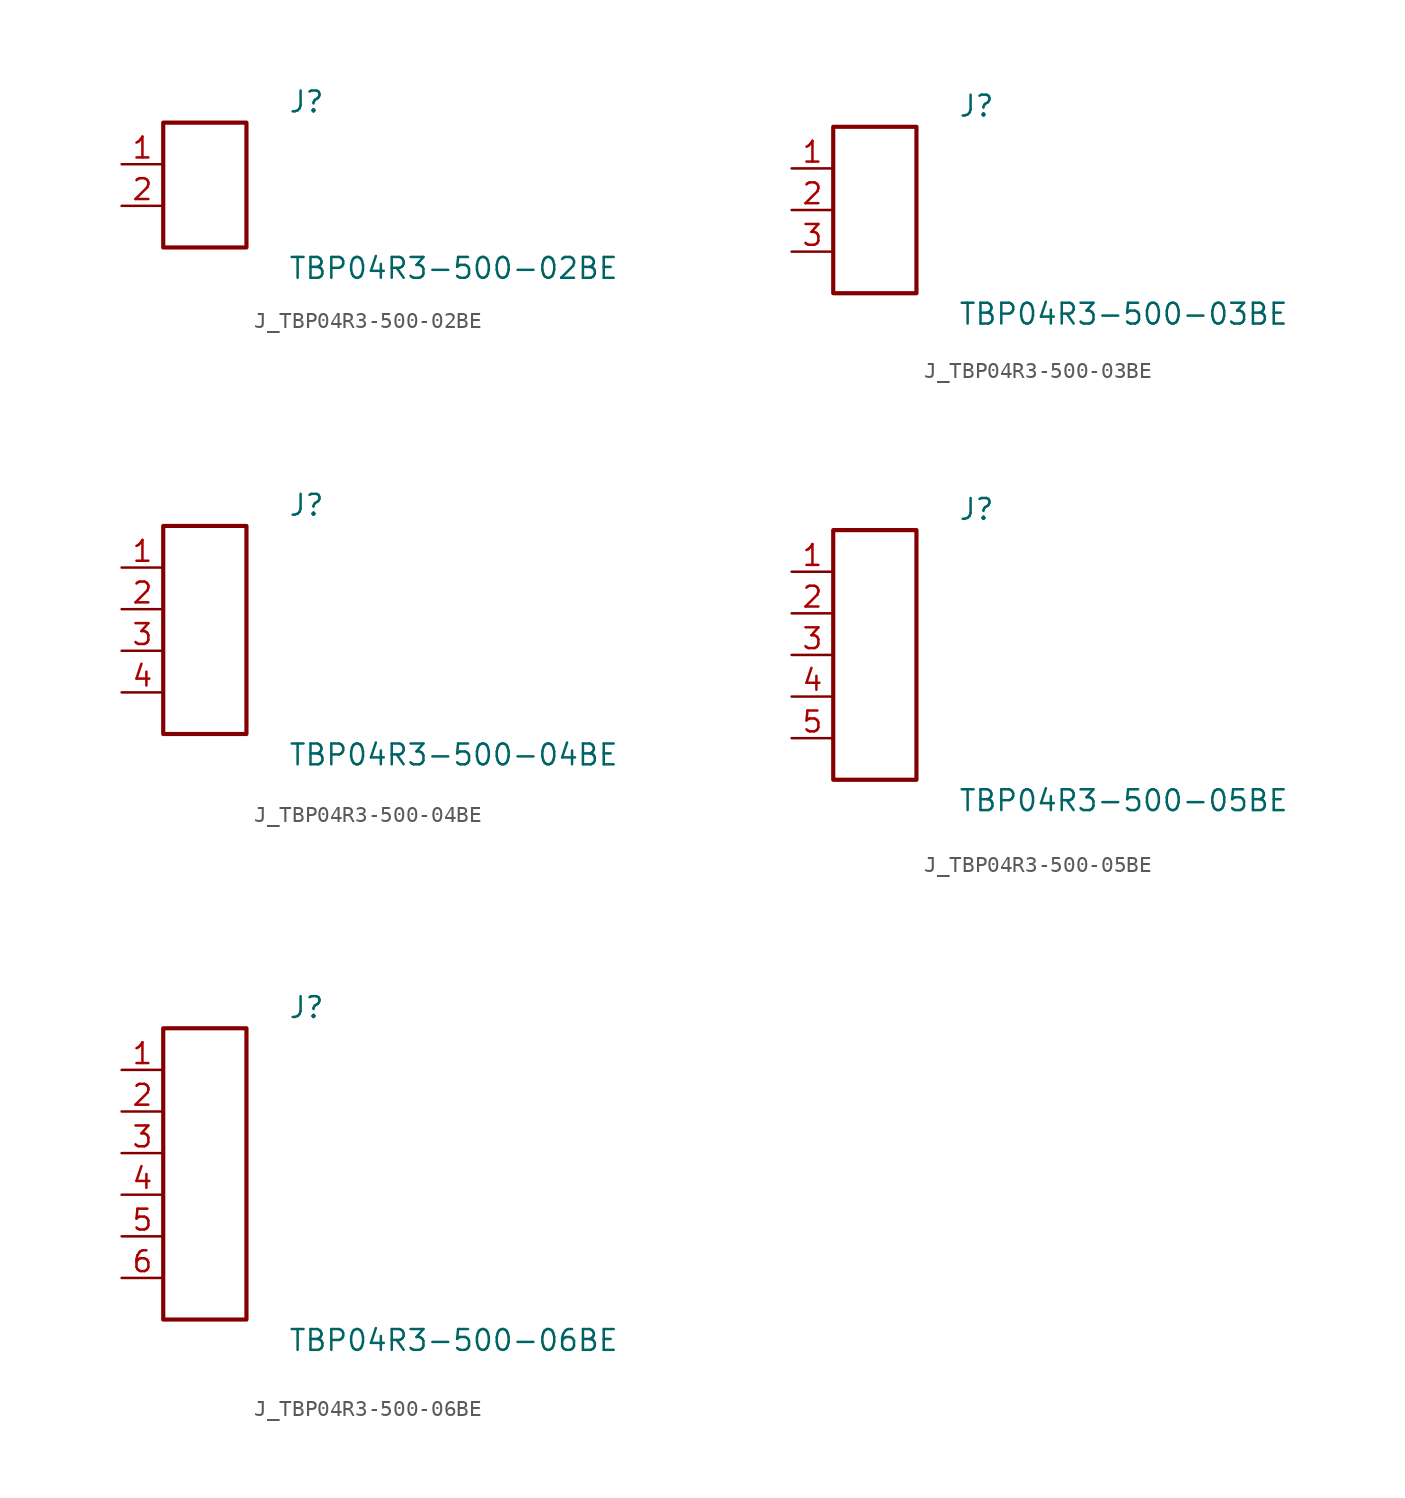
<source format=kicad_sym>
(kicad_symbol_lib
  (version 20231120)
  (generator kicad_symbol_editor)
  (generator_version 8.0)
  (symbol "J_TBP04R3-500-02BE"
    (pin_names
      (offset 0.254))
    (property "Reference" "J"
      (at 5.08 5.08 0)
      (effects (font (size 1.27 1.27)) (justify left)))
    (property "Value" "TBP04R3-500-02BE"
      (at 5.08 -5.08 0)
      (effects (font (size 1.27 1.27)) (justify left)))
    (symbol "J_TBP04R3-500-02BE_0_0"
      (pin unspecified line (at -5.08 1.27 0) (length 2.54) (name "" (effects (font (size 1.27 1.27)))) (number "1" (effects (font (size 1.27 1.27)))))
      (pin unspecified line (at -5.08 -1.27 0) (length 2.54) (name "" (effects (font (size 1.27 1.27)))) (number "2" (effects (font (size 1.27 1.27))))))
    (symbol "J_TBP04R3-500-02BE_1_0"
      (rectangle (start -2.54 3.81) (end 2.54 -3.81) (stroke (width 0.254) (type solid)) (fill (type none)))))
  (symbol "J_TBP04R3-500-03BE"
    (pin_names
      (offset 0.254))
    (property "Reference" "J"
      (at 5.08 6.35 0)
      (effects (font (size 1.27 1.27)) (justify left)))
    (property "Value" "TBP04R3-500-03BE"
      (at 5.08 -6.35 0)
      (effects (font (size 1.27 1.27)) (justify left)))
    (symbol "J_TBP04R3-500-03BE_0_0"
      (pin unspecified line (at -5.08 2.54 0) (length 2.54) (name "" (effects (font (size 1.27 1.27)))) (number "1" (effects (font (size 1.27 1.27)))))
      (pin unspecified line (at -5.08 0.0 0) (length 2.54) (name "" (effects (font (size 1.27 1.27)))) (number "2" (effects (font (size 1.27 1.27)))))
      (pin unspecified line (at -5.08 -2.54 0) (length 2.54) (name "" (effects (font (size 1.27 1.27)))) (number "3" (effects (font (size 1.27 1.27))))))
    (symbol "J_TBP04R3-500-03BE_1_0"
      (rectangle (start -2.54 5.08) (end 2.54 -5.08) (stroke (width 0.254) (type solid)) (fill (type none)))))
  (symbol "J_TBP04R3-500-04BE"
    (pin_names
      (offset 0.254))
    (property "Reference" "J"
      (at 5.08 7.62 0)
      (effects (font (size 1.27 1.27)) (justify left)))
    (property "Value" "TBP04R3-500-04BE"
      (at 5.08 -7.62 0)
      (effects (font (size 1.27 1.27)) (justify left)))
    (symbol "J_TBP04R3-500-04BE_0_0"
      (pin unspecified line (at -5.08 3.81 0) (length 2.54) (name "" (effects (font (size 1.27 1.27)))) (number "1" (effects (font (size 1.27 1.27)))))
      (pin unspecified line (at -5.08 1.27 0) (length 2.54) (name "" (effects (font (size 1.27 1.27)))) (number "2" (effects (font (size 1.27 1.27)))))
      (pin unspecified line (at -5.08 -1.27 0) (length 2.54) (name "" (effects (font (size 1.27 1.27)))) (number "3" (effects (font (size 1.27 1.27)))))
      (pin unspecified line (at -5.08 -3.81 0) (length 2.54) (name "" (effects (font (size 1.27 1.27)))) (number "4" (effects (font (size 1.27 1.27))))))
    (symbol "J_TBP04R3-500-04BE_1_0"
      (rectangle (start -2.54 6.35) (end 2.54 -6.35) (stroke (width 0.254) (type solid)) (fill (type none)))))
  (symbol "J_TBP04R3-500-05BE"
    (pin_names
      (offset 0.254))
    (property "Reference" "J"
      (at 5.08 8.89 0)
      (effects (font (size 1.27 1.27)) (justify left)))
    (property "Value" "TBP04R3-500-05BE"
      (at 5.08 -8.89 0)
      (effects (font (size 1.27 1.27)) (justify left)))
    (symbol "J_TBP04R3-500-05BE_0_0"
      (pin unspecified line (at -5.08 5.08 0) (length 2.54) (name "" (effects (font (size 1.27 1.27)))) (number "1" (effects (font (size 1.27 1.27)))))
      (pin unspecified line (at -5.08 2.54 0) (length 2.54) (name "" (effects (font (size 1.27 1.27)))) (number "2" (effects (font (size 1.27 1.27)))))
      (pin unspecified line (at -5.08 0.0 0) (length 2.54) (name "" (effects (font (size 1.27 1.27)))) (number "3" (effects (font (size 1.27 1.27)))))
      (pin unspecified line (at -5.08 -2.54 0) (length 2.54) (name "" (effects (font (size 1.27 1.27)))) (number "4" (effects (font (size 1.27 1.27)))))
      (pin unspecified line (at -5.08 -5.08 0) (length 2.54) (name "" (effects (font (size 1.27 1.27)))) (number "5" (effects (font (size 1.27 1.27))))))
    (symbol "J_TBP04R3-500-05BE_1_0"
      (rectangle (start -2.54 7.62) (end 2.54 -7.62) (stroke (width 0.254) (type solid)) (fill (type none)))))
  (symbol "J_TBP04R3-500-06BE"
    (pin_names
      (offset 0.254))
    (property "Reference" "J"
      (at 5.08 10.16 0)
      (effects (font (size 1.27 1.27)) (justify left)))
    (property "Value" "TBP04R3-500-06BE"
      (at 5.08 -10.16 0)
      (effects (font (size 1.27 1.27)) (justify left)))
    (symbol "J_TBP04R3-500-06BE_0_0"
      (pin unspecified line (at -5.08 6.35 0) (length 2.54) (name "" (effects (font (size 1.27 1.27)))) (number "1" (effects (font (size 1.27 1.27)))))
      (pin unspecified line (at -5.08 3.81 0) (length 2.54) (name "" (effects (font (size 1.27 1.27)))) (number "2" (effects (font (size 1.27 1.27)))))
      (pin unspecified line (at -5.08 1.27 0) (length 2.54) (name "" (effects (font (size 1.27 1.27)))) (number "3" (effects (font (size 1.27 1.27)))))
      (pin unspecified line (at -5.08 -1.27 0) (length 2.54) (name "" (effects (font (size 1.27 1.27)))) (number "4" (effects (font (size 1.27 1.27)))))
      (pin unspecified line (at -5.08 -3.81 0) (length 2.54) (name "" (effects (font (size 1.27 1.27)))) (number "5" (effects (font (size 1.27 1.27)))))
      (pin unspecified line (at -5.08 -6.35 0) (length 2.54) (name "" (effects (font (size 1.27 1.27)))) (number "6" (effects (font (size 1.27 1.27))))))
    (symbol "J_TBP04R3-500-06BE_1_0"
      (rectangle (start -2.54 8.89) (end 2.54 -8.89) (stroke (width 0.254) (type solid)) (fill (type none))))))
</source>
